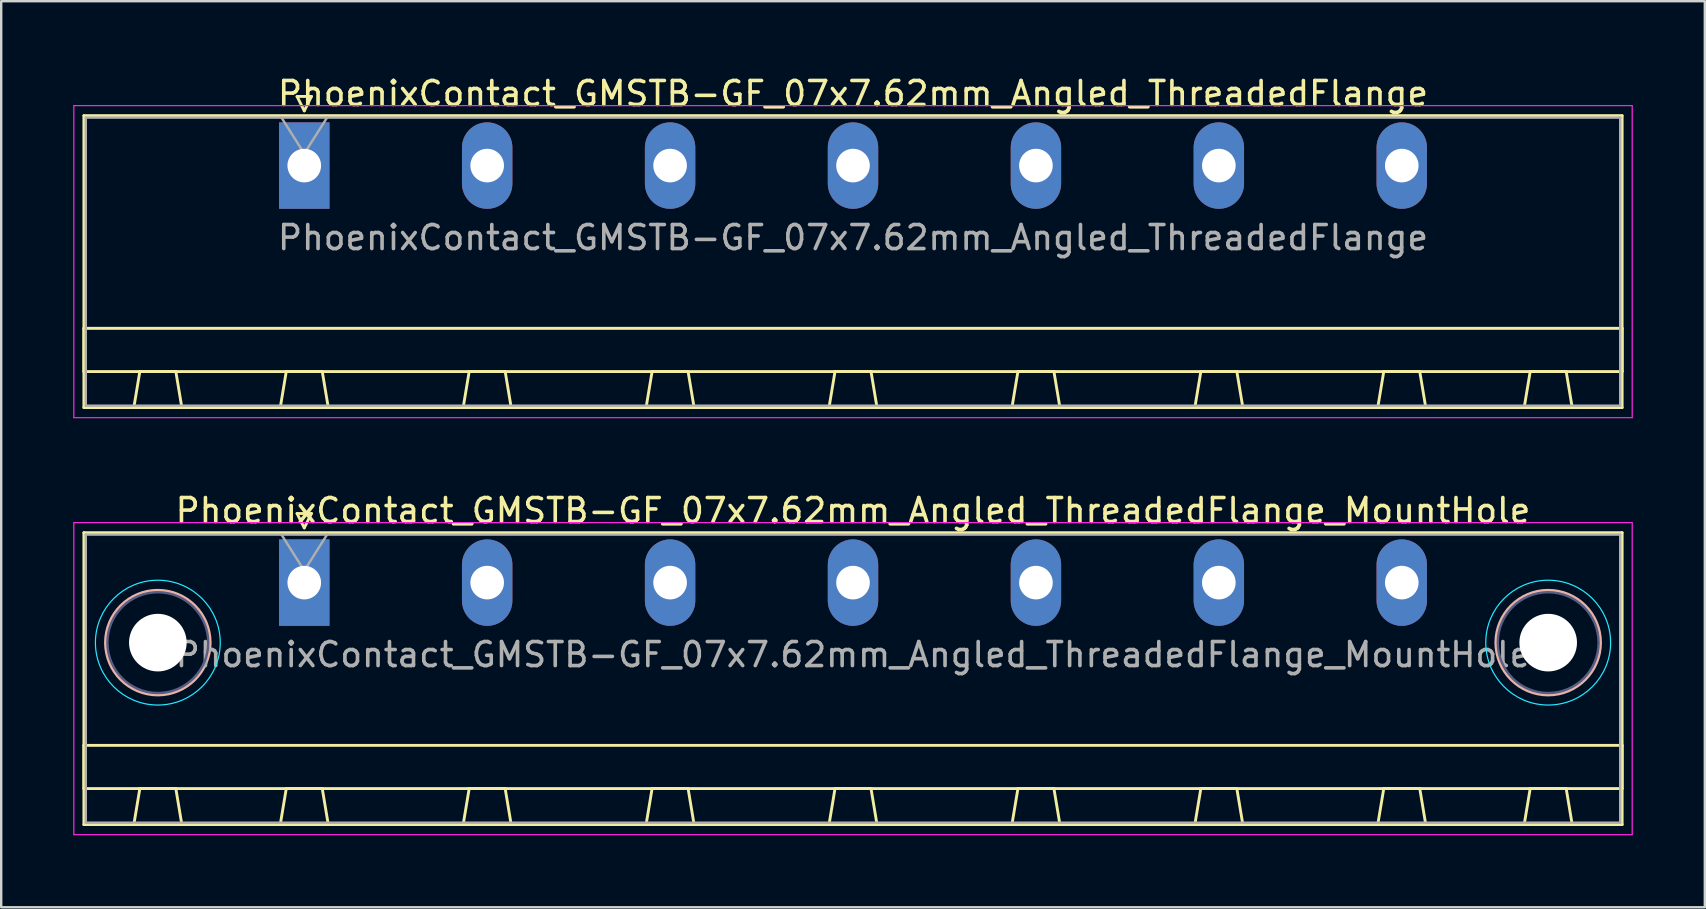
<source format=kicad_pcb>
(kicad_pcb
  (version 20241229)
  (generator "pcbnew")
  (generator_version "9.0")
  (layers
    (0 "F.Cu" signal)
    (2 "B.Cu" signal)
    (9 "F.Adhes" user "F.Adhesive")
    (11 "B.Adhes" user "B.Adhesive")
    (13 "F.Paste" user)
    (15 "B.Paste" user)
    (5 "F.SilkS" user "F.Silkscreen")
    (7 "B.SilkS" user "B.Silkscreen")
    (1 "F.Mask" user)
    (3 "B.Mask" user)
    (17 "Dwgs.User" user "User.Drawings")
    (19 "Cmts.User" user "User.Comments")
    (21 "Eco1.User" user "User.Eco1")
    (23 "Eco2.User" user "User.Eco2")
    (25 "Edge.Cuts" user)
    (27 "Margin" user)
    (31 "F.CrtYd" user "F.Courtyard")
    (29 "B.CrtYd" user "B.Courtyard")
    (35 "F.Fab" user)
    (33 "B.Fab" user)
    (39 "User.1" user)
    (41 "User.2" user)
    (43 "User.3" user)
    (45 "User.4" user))
  (footprint "PhoenixContact_GMSTB-GF_07x7.62mm_Angled_ThreadedFlange"
    (layer "F.Cu")
    (at 9.625 3.848)
    (property "Reference" "PhoenixContact_GMSTB-GF_07x7.62mm_Angled_ThreadedFlange" (at 22.86 -3 0) (layer "F.SilkS") (effects (font (size 1 1) (thickness 0.15))))
    (attr through_hole)
    (fp_line (start -9.18 -2.08) (end -9.18 10.08) (stroke (width 0.12) (type solid)) (layer "F.SilkS"))
    (fp_line (start -9.18 6.78) (end 54.9 6.78) (stroke (width 0.12) (type solid)) (layer "F.SilkS"))
    (fp_line (start -9.18 8.58) (end -9.18 6.78) (stroke (width 0.12) (type solid)) (layer "F.SilkS"))
    (fp_line (start -9.18 10.08) (end 54.9 10.08) (stroke (width 0.12) (type solid)) (layer "F.SilkS"))
    (fp_line (start -7.1 10.08) (end -5.1 10.08) (stroke (width 0.12) (type solid)) (layer "F.SilkS"))
    (fp_line (start -6.85 8.58) (end -7.1 10.08) (stroke (width 0.12) (type solid)) (layer "F.SilkS"))
    (fp_line (start -5.35 8.58) (end -6.85 8.58) (stroke (width 0.12) (type solid)) (layer "F.SilkS"))
    (fp_line (start -5.1 10.08) (end -5.35 8.58) (stroke (width 0.12) (type solid)) (layer "F.SilkS"))
    (fp_line (start -1 10.08) (end 1 10.08) (stroke (width 0.12) (type solid)) (layer "F.SilkS"))
    (fp_line (start -0.75 8.58) (end -1 10.08) (stroke (width 0.12) (type solid)) (layer "F.SilkS"))
    (fp_line (start -0.3 -2.88) (end 0.3 -2.88) (stroke (width 0.12) (type solid)) (layer "F.SilkS"))
    (fp_line (start 0 -2.28) (end -0.3 -2.88) (stroke (width 0.12) (type solid)) (layer "F.SilkS"))
    (fp_line (start 0.3 -2.88) (end 0 -2.28) (stroke (width 0.12) (type solid)) (layer "F.SilkS"))
    (fp_line (start 0.75 8.58) (end -0.75 8.58) (stroke (width 0.12) (type solid)) (layer "F.SilkS"))
    (fp_line (start 1 10.08) (end 0.75 8.58) (stroke (width 0.12) (type solid)) (layer "F.SilkS"))
    (fp_line (start 6.62 10.08) (end 8.62 10.08) (stroke (width 0.12) (type solid)) (layer "F.SilkS"))
    (fp_line (start 6.87 8.58) (end 6.62 10.08) (stroke (width 0.12) (type solid)) (layer "F.SilkS"))
    (fp_line (start 8.37 8.58) (end 6.87 8.58) (stroke (width 0.12) (type solid)) (layer "F.SilkS"))
    (fp_line (start 8.62 10.08) (end 8.37 8.58) (stroke (width 0.12) (type solid)) (layer "F.SilkS"))
    (fp_line (start 14.24 10.08) (end 16.24 10.08) (stroke (width 0.12) (type solid)) (layer "F.SilkS"))
    (fp_line (start 14.49 8.58) (end 14.24 10.08) (stroke (width 0.12) (type solid)) (layer "F.SilkS"))
    (fp_line (start 15.99 8.58) (end 14.49 8.58) (stroke (width 0.12) (type solid)) (layer "F.SilkS"))
    (fp_line (start 16.24 10.08) (end 15.99 8.58) (stroke (width 0.12) (type solid)) (layer "F.SilkS"))
    (fp_line (start 21.86 10.08) (end 23.86 10.08) (stroke (width 0.12) (type solid)) (layer "F.SilkS"))
    (fp_line (start 22.11 8.58) (end 21.86 10.08) (stroke (width 0.12) (type solid)) (layer "F.SilkS"))
    (fp_line (start 23.61 8.58) (end 22.11 8.58) (stroke (width 0.12) (type solid)) (layer "F.SilkS"))
    (fp_line (start 23.86 10.08) (end 23.61 8.58) (stroke (width 0.12) (type solid)) (layer "F.SilkS"))
    (fp_line (start 29.48 10.08) (end 31.48 10.08) (stroke (width 0.12) (type solid)) (layer "F.SilkS"))
    (fp_line (start 29.73 8.58) (end 29.48 10.08) (stroke (width 0.12) (type solid)) (layer "F.SilkS"))
    (fp_line (start 31.23 8.58) (end 29.73 8.58) (stroke (width 0.12) (type solid)) (layer "F.SilkS"))
    (fp_line (start 31.48 10.08) (end 31.23 8.58) (stroke (width 0.12) (type solid)) (layer "F.SilkS"))
    (fp_line (start 37.1 10.08) (end 39.1 10.08) (stroke (width 0.12) (type solid)) (layer "F.SilkS"))
    (fp_line (start 37.35 8.58) (end 37.1 10.08) (stroke (width 0.12) (type solid)) (layer "F.SilkS"))
    (fp_line (start 38.85 8.58) (end 37.35 8.58) (stroke (width 0.12) (type solid)) (layer "F.SilkS"))
    (fp_line (start 39.1 10.08) (end 38.85 8.58) (stroke (width 0.12) (type solid)) (layer "F.SilkS"))
    (fp_line (start 44.72 10.08) (end 46.72 10.08) (stroke (width 0.12) (type solid)) (layer "F.SilkS"))
    (fp_line (start 44.97 8.58) (end 44.72 10.08) (stroke (width 0.12) (type solid)) (layer "F.SilkS"))
    (fp_line (start 46.47 8.58) (end 44.97 8.58) (stroke (width 0.12) (type solid)) (layer "F.SilkS"))
    (fp_line (start 46.72 10.08) (end 46.47 8.58) (stroke (width 0.12) (type solid)) (layer "F.SilkS"))
    (fp_line (start 50.82 10.08) (end 52.82 10.08) (stroke (width 0.12) (type solid)) (layer "F.SilkS"))
    (fp_line (start 51.07 8.58) (end 50.82 10.08) (stroke (width 0.12) (type solid)) (layer "F.SilkS"))
    (fp_line (start 52.57 8.58) (end 51.07 8.58) (stroke (width 0.12) (type solid)) (layer "F.SilkS"))
    (fp_line (start 52.82 10.08) (end 52.57 8.58) (stroke (width 0.12) (type solid)) (layer "F.SilkS"))
    (fp_line (start 54.9 -2.08) (end -9.18 -2.08) (stroke (width 0.12) (type solid)) (layer "F.SilkS"))
    (fp_line (start 54.9 6.78) (end 54.9 8.58) (stroke (width 0.12) (type solid)) (layer "F.SilkS"))
    (fp_line (start 54.9 8.58) (end -9.18 8.58) (stroke (width 0.12) (type solid)) (layer "F.SilkS"))
    (fp_line (start 54.9 10.08) (end 54.9 -2.08) (stroke (width 0.12) (type solid)) (layer "F.SilkS"))
    (fp_line (start -9.6 -2.5) (end -9.6 10.5) (stroke (width 0.05) (type solid)) (layer "F.CrtYd"))
    (fp_line (start -9.6 10.5) (end 55.32 10.5) (stroke (width 0.05) (type solid)) (layer "F.CrtYd"))
    (fp_line (start 55.32 -2.5) (end -9.6 -2.5) (stroke (width 0.05) (type solid)) (layer "F.CrtYd"))
    (fp_line (start 55.32 10.5) (end 55.32 -2.5) (stroke (width 0.05) (type solid)) (layer "F.CrtYd"))
    (fp_line (start -9.1 -2) (end -9.1 10) (stroke (width 0.1) (type solid)) (layer "F.Fab"))
    (fp_line (start -9.1 10) (end 54.82 10) (stroke (width 0.1) (type solid)) (layer "F.Fab"))
    (fp_line (start 0 -0.5) (end -0.95 -2) (stroke (width 0.1) (type solid)) (layer "F.Fab"))
    (fp_line (start 0.95 -2) (end 0 -0.5) (stroke (width 0.1) (type solid)) (layer "F.Fab"))
    (fp_line (start 54.82 -2) (end -9.1 -2) (stroke (width 0.1) (type solid)) (layer "F.Fab"))
    (fp_line (start 54.82 10) (end 54.82 -2) (stroke (width 0.1) (type solid)) (layer "F.Fab"))
    (fp_text user "${REFERENCE}" (at 22.86 3 0) (layer "F.Fab") (effects (font (size 1 1) (thickness 0.15))))
    (pad "1" thru_hole rect (at 0 0) (size 2.1 3.6) (drill 1.4) (layers "*.Cu" "*.Mask"))
    (pad "2" thru_hole oval (at 7.62 0) (size 2.1 3.6) (drill 1.4) (layers "*.Cu" "*.Mask"))
    (pad "3" thru_hole oval (at 15.24 0) (size 2.1 3.6) (drill 1.4) (layers "*.Cu" "*.Mask"))
    (pad "4" thru_hole oval (at 22.86 0) (size 2.1 3.6) (drill 1.4) (layers "*.Cu" "*.Mask"))
    (pad "5" thru_hole oval (at 30.48 0) (size 2.1 3.6) (drill 1.4) (layers "*.Cu" "*.Mask"))
    (pad "6" thru_hole oval (at 38.1 0) (size 2.1 3.6) (drill 1.4) (layers "*.Cu" "*.Mask"))
    (pad "7" thru_hole oval (at 45.72 0) (size 2.1 3.6) (drill 1.4) (layers "*.Cu" "*.Mask")))
  (footprint "PhoenixContact_GMSTB-GF_07x7.62mm_Angled_ThreadedFlange_MountHole"
    (layer "F.Cu")
    (at 9.625 21.221)
    (property "Reference" "PhoenixContact_GMSTB-GF_07x7.62mm_Angled_ThreadedFlange_MountHole" (at 22.86 -3 0) (layer "F.SilkS") (effects (font (size 1 1) (thickness 0.15))))
    (attr through_hole)
    (fp_line (start -9.18 -2.08) (end -9.18 10.08) (stroke (width 0.12) (type solid)) (layer "F.SilkS"))
    (fp_line (start -9.18 6.78) (end 54.9 6.78) (stroke (width 0.12) (type solid)) (layer "F.SilkS"))
    (fp_line (start -9.18 8.58) (end -9.18 6.78) (stroke (width 0.12) (type solid)) (layer "F.SilkS"))
    (fp_line (start -9.18 10.08) (end 54.9 10.08) (stroke (width 0.12) (type solid)) (layer "F.SilkS"))
    (fp_line (start -7.1 10.08) (end -5.1 10.08) (stroke (width 0.12) (type solid)) (layer "F.SilkS"))
    (fp_line (start -6.85 8.58) (end -7.1 10.08) (stroke (width 0.12) (type solid)) (layer "F.SilkS"))
    (fp_line (start -5.35 8.58) (end -6.85 8.58) (stroke (width 0.12) (type solid)) (layer "F.SilkS"))
    (fp_line (start -5.1 10.08) (end -5.35 8.58) (stroke (width 0.12) (type solid)) (layer "F.SilkS"))
    (fp_line (start -1 10.08) (end 1 10.08) (stroke (width 0.12) (type solid)) (layer "F.SilkS"))
    (fp_line (start -0.75 8.58) (end -1 10.08) (stroke (width 0.12) (type solid)) (layer "F.SilkS"))
    (fp_line (start -0.3 -2.88) (end 0.3 -2.88) (stroke (width 0.12) (type solid)) (layer "F.SilkS"))
    (fp_line (start 0 -2.28) (end -0.3 -2.88) (stroke (width 0.12) (type solid)) (layer "F.SilkS"))
    (fp_line (start 0.3 -2.88) (end 0 -2.28) (stroke (width 0.12) (type solid)) (layer "F.SilkS"))
    (fp_line (start 0.75 8.58) (end -0.75 8.58) (stroke (width 0.12) (type solid)) (layer "F.SilkS"))
    (fp_line (start 1 10.08) (end 0.75 8.58) (stroke (width 0.12) (type solid)) (layer "F.SilkS"))
    (fp_line (start 6.62 10.08) (end 8.62 10.08) (stroke (width 0.12) (type solid)) (layer "F.SilkS"))
    (fp_line (start 6.87 8.58) (end 6.62 10.08) (stroke (width 0.12) (type solid)) (layer "F.SilkS"))
    (fp_line (start 8.37 8.58) (end 6.87 8.58) (stroke (width 0.12) (type solid)) (layer "F.SilkS"))
    (fp_line (start 8.62 10.08) (end 8.37 8.58) (stroke (width 0.12) (type solid)) (layer "F.SilkS"))
    (fp_line (start 14.24 10.08) (end 16.24 10.08) (stroke (width 0.12) (type solid)) (layer "F.SilkS"))
    (fp_line (start 14.49 8.58) (end 14.24 10.08) (stroke (width 0.12) (type solid)) (layer "F.SilkS"))
    (fp_line (start 15.99 8.58) (end 14.49 8.58) (stroke (width 0.12) (type solid)) (layer "F.SilkS"))
    (fp_line (start 16.24 10.08) (end 15.99 8.58) (stroke (width 0.12) (type solid)) (layer "F.SilkS"))
    (fp_line (start 21.86 10.08) (end 23.86 10.08) (stroke (width 0.12) (type solid)) (layer "F.SilkS"))
    (fp_line (start 22.11 8.58) (end 21.86 10.08) (stroke (width 0.12) (type solid)) (layer "F.SilkS"))
    (fp_line (start 23.61 8.58) (end 22.11 8.58) (stroke (width 0.12) (type solid)) (layer "F.SilkS"))
    (fp_line (start 23.86 10.08) (end 23.61 8.58) (stroke (width 0.12) (type solid)) (layer "F.SilkS"))
    (fp_line (start 29.48 10.08) (end 31.48 10.08) (stroke (width 0.12) (type solid)) (layer "F.SilkS"))
    (fp_line (start 29.73 8.58) (end 29.48 10.08) (stroke (width 0.12) (type solid)) (layer "F.SilkS"))
    (fp_line (start 31.23 8.58) (end 29.73 8.58) (stroke (width 0.12) (type solid)) (layer "F.SilkS"))
    (fp_line (start 31.48 10.08) (end 31.23 8.58) (stroke (width 0.12) (type solid)) (layer "F.SilkS"))
    (fp_line (start 37.1 10.08) (end 39.1 10.08) (stroke (width 0.12) (type solid)) (layer "F.SilkS"))
    (fp_line (start 37.35 8.58) (end 37.1 10.08) (stroke (width 0.12) (type solid)) (layer "F.SilkS"))
    (fp_line (start 38.85 8.58) (end 37.35 8.58) (stroke (width 0.12) (type solid)) (layer "F.SilkS"))
    (fp_line (start 39.1 10.08) (end 38.85 8.58) (stroke (width 0.12) (type solid)) (layer "F.SilkS"))
    (fp_line (start 44.72 10.08) (end 46.72 10.08) (stroke (width 0.12) (type solid)) (layer "F.SilkS"))
    (fp_line (start 44.97 8.58) (end 44.72 10.08) (stroke (width 0.12) (type solid)) (layer "F.SilkS"))
    (fp_line (start 46.47 8.58) (end 44.97 8.58) (stroke (width 0.12) (type solid)) (layer "F.SilkS"))
    (fp_line (start 46.72 10.08) (end 46.47 8.58) (stroke (width 0.12) (type solid)) (layer "F.SilkS"))
    (fp_line (start 50.82 10.08) (end 52.82 10.08) (stroke (width 0.12) (type solid)) (layer "F.SilkS"))
    (fp_line (start 51.07 8.58) (end 50.82 10.08) (stroke (width 0.12) (type solid)) (layer "F.SilkS"))
    (fp_line (start 52.57 8.58) (end 51.07 8.58) (stroke (width 0.12) (type solid)) (layer "F.SilkS"))
    (fp_line (start 52.82 10.08) (end 52.57 8.58) (stroke (width 0.12) (type solid)) (layer "F.SilkS"))
    (fp_line (start 54.9 -2.08) (end -9.18 -2.08) (stroke (width 0.12) (type solid)) (layer "F.SilkS"))
    (fp_line (start 54.9 6.78) (end 54.9 8.58) (stroke (width 0.12) (type solid)) (layer "F.SilkS"))
    (fp_line (start 54.9 8.58) (end -9.18 8.58) (stroke (width 0.12) (type solid)) (layer "F.SilkS"))
    (fp_line (start 54.9 10.08) (end 54.9 -2.08) (stroke (width 0.12) (type solid)) (layer "F.SilkS"))
    (fp_circle (center -6.1 2.5) (end -3.92 2.5) (stroke (width 0.12) (type solid)) (fill no) (layer "B.SilkS"))
    (fp_circle (center 51.82 2.5) (end 54 2.5) (stroke (width 0.12) (type solid)) (fill no) (layer "B.SilkS"))
    (fp_circle (center -6.1 2.5) (end -3.5 2.5) (stroke (width 0.05) (type solid)) (fill no) (layer "B.CrtYd"))
    (fp_circle (center 51.82 2.5) (end 54.42 2.5) (stroke (width 0.05) (type solid)) (fill no) (layer "B.CrtYd"))
    (fp_line (start -9.6 -2.5) (end -9.6 10.5) (stroke (width 0.05) (type solid)) (layer "F.CrtYd"))
    (fp_line (start -9.6 10.5) (end 55.32 10.5) (stroke (width 0.05) (type solid)) (layer "F.CrtYd"))
    (fp_line (start 55.32 -2.5) (end -9.6 -2.5) (stroke (width 0.05) (type solid)) (layer "F.CrtYd"))
    (fp_line (start 55.32 10.5) (end 55.32 -2.5) (stroke (width 0.05) (type solid)) (layer "F.CrtYd"))
    (fp_circle (center -6.1 2.5) (end -4 2.5) (stroke (width 0.1) (type solid)) (fill no) (layer "B.Fab"))
    (fp_circle (center 51.82 2.5) (end 53.92 2.5) (stroke (width 0.1) (type solid)) (fill no) (layer "B.Fab"))
    (fp_line (start -9.1 -2) (end -9.1 10) (stroke (width 0.1) (type solid)) (layer "F.Fab"))
    (fp_line (start -9.1 10) (end 54.82 10) (stroke (width 0.1) (type solid)) (layer "F.Fab"))
    (fp_line (start 0 -0.5) (end -0.95 -2) (stroke (width 0.1) (type solid)) (layer "F.Fab"))
    (fp_line (start 0.95 -2) (end 0 -0.5) (stroke (width 0.1) (type solid)) (layer "F.Fab"))
    (fp_line (start 54.82 -2) (end -9.1 -2) (stroke (width 0.1) (type solid)) (layer "F.Fab"))
    (fp_line (start 54.82 10) (end 54.82 -2) (stroke (width 0.1) (type solid)) (layer "F.Fab"))
    (fp_text user "${REFERENCE}" (at 22.86 3 0) (layer "F.Fab") (effects (font (size 1 1) (thickness 0.15))))
    (pad "" np_thru_hole circle (at -6.1 2.5) (size 2.4 2.4) (drill 2.4) (layers "*.Cu" "*.Mask"))
    (pad "" np_thru_hole circle (at 51.82 2.5) (size 2.4 2.4) (drill 2.4) (layers "*.Cu" "*.Mask"))
    (pad "1" thru_hole rect (at 0 0) (size 2.1 3.6) (drill 1.4) (layers "*.Cu" "*.Mask"))
    (pad "2" thru_hole oval (at 7.62 0) (size 2.1 3.6) (drill 1.4) (layers "*.Cu" "*.Mask"))
    (pad "3" thru_hole oval (at 15.24 0) (size 2.1 3.6) (drill 1.4) (layers "*.Cu" "*.Mask"))
    (pad "4" thru_hole oval (at 22.86 0) (size 2.1 3.6) (drill 1.4) (layers "*.Cu" "*.Mask"))
    (pad "5" thru_hole oval (at 30.48 0) (size 2.1 3.6) (drill 1.4) (layers "*.Cu" "*.Mask"))
    (pad "6" thru_hole oval (at 38.1 0) (size 2.1 3.6) (drill 1.4) (layers "*.Cu" "*.Mask"))
    (pad "7" thru_hole oval (at 45.72 0) (size 2.1 3.6) (drill 1.4) (layers "*.Cu" "*.Mask")))
  (gr_rect
    (start -3 -3)
    (end 67.97 34.746)
    (stroke (width 0.1) (type default))
    (fill no)
    (layer "Edge.Cuts")))
</source>
